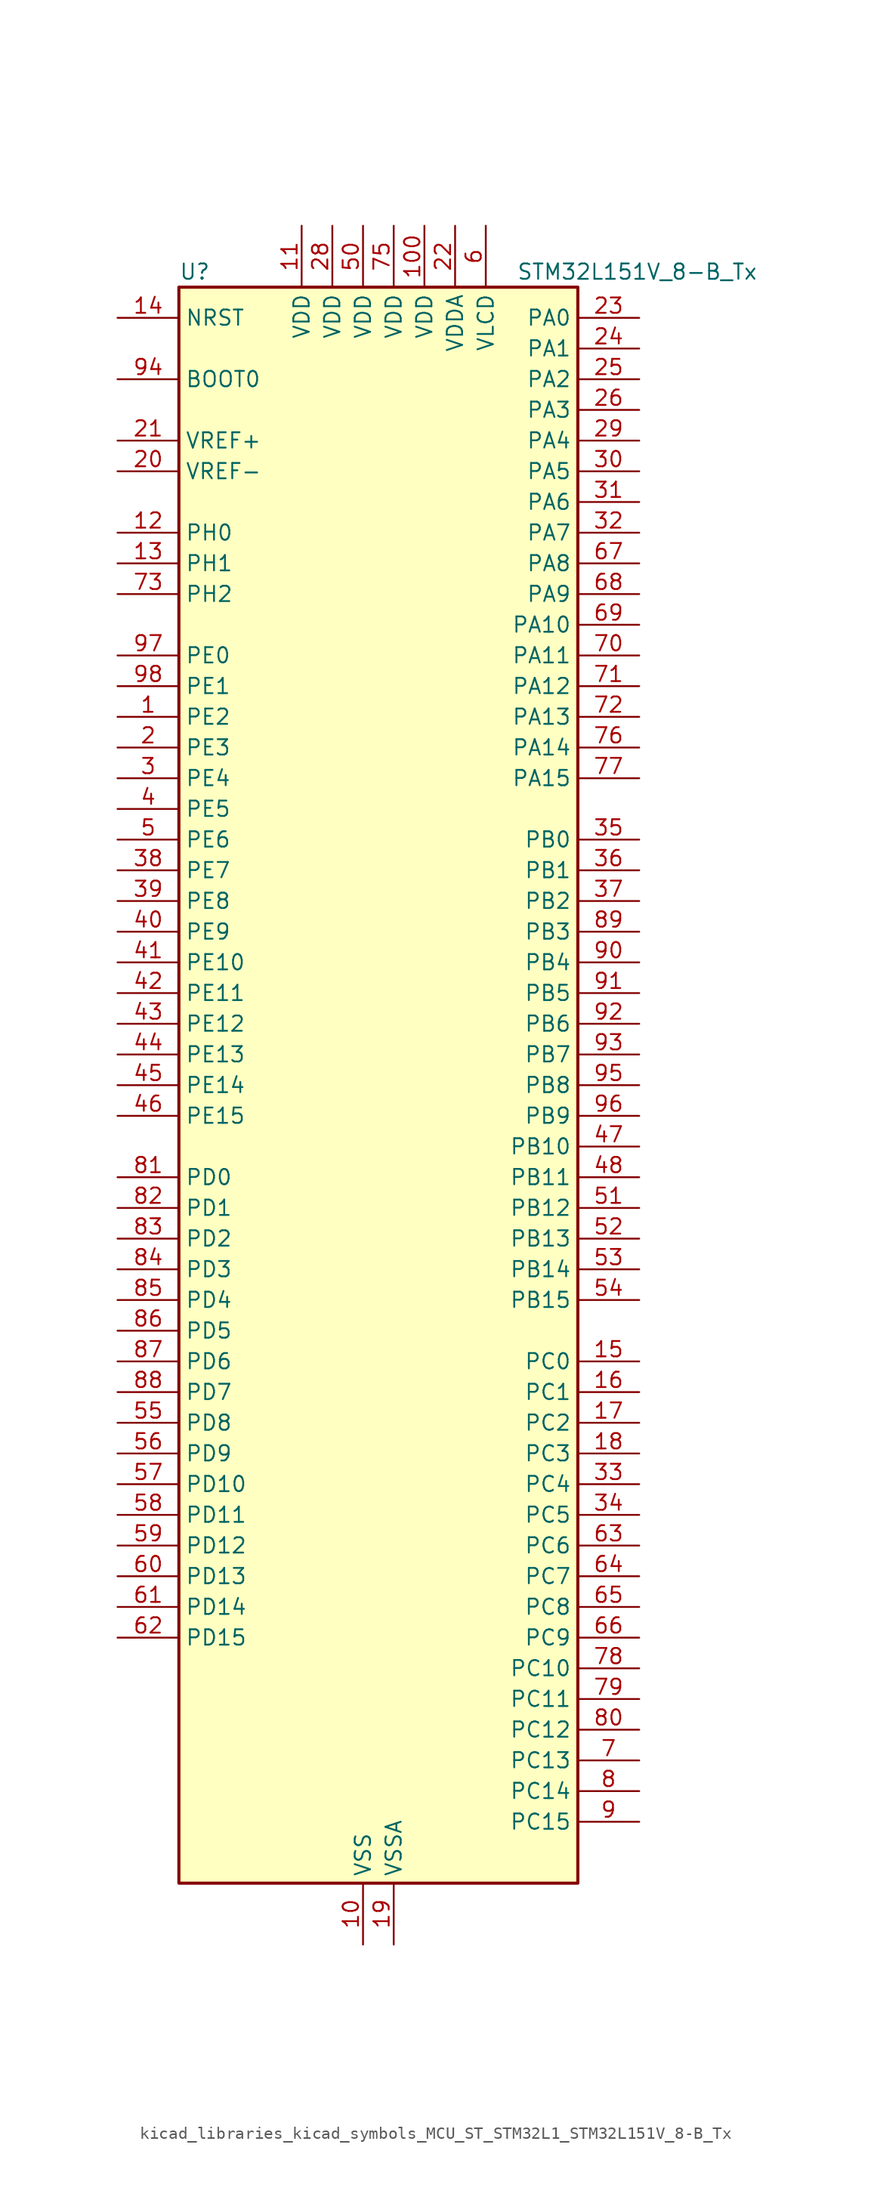
<source format=kicad_sym>
(kicad_symbol_lib
  (version 20220914)
  (generator kicad_symbol_editor)
  (symbol "kicad_libraries_kicad_symbols_MCU_ST_STM32L1_STM32L151V_8-B_Tx"
    (property "Reference" "U"
      (at -15.24 67.31 0)
      (effects (font (size 1.27 1.27)) (justify left)))
    (property "Value" "STM32L151V_8-B_Tx"
      (at 12.7 67.31 0)
      (effects (font (size 1.27 1.27)) (justify left)))
    (property "ki_locked" ""
      (at 0 0 0)
      (effects (font (size 1.27 1.27))))
    (symbol "kicad_libraries_kicad_symbols_MCU_ST_STM32L1_STM32L151V_8-B_Tx_0_1"
      (rectangle (start -15.24 -66.04) (end 17.78 66.04) (stroke (width 0.254) (type default)) (fill (type background))))
    (symbol "kicad_libraries_kicad_symbols_MCU_ST_STM32L1_STM32L151V_8-B_Tx_1_1"
      (pin bidirectional line (at -20.32 30.48 0) (length 5.08) (name "PE2" (effects (font (size 1.27 1.27)))) (number "1" (effects (font (size 1.27 1.27)))) (alternate "SYS_TRACECK" bidirectional line) (alternate "TIM3_ETR" bidirectional line) (alternate "TIMX_IC3" bidirectional line))
      (pin power_in line (at 0 -71.12 90) (length 5.08) (name "VSS" (effects (font (size 1.27 1.27)))) (number "10" (effects (font (size 1.27 1.27)))))
      (pin power_in line (at 5.08 71.12 270) (length 5.08) (name "VDD" (effects (font (size 1.27 1.27)))) (number "100" (effects (font (size 1.27 1.27)))))
      (pin power_in line (at -5.08 71.12 270) (length 5.08) (name "VDD" (effects (font (size 1.27 1.27)))) (number "11" (effects (font (size 1.27 1.27)))))
      (pin bidirectional line (at -20.32 45.72 0) (length 5.08) (name "PH0" (effects (font (size 1.27 1.27)))) (number "12" (effects (font (size 1.27 1.27)))) (alternate "RCC_OSC_IN" bidirectional line))
      (pin bidirectional line (at -20.32 43.18 0) (length 5.08) (name "PH1" (effects (font (size 1.27 1.27)))) (number "13" (effects (font (size 1.27 1.27)))) (alternate "RCC_OSC_OUT" bidirectional line))
      (pin input line (at -20.32 63.5 0) (length 5.08) (name "NRST" (effects (font (size 1.27 1.27)))) (number "14" (effects (font (size 1.27 1.27)))))
      (pin bidirectional line (at 22.86 -22.86 180) (length 5.08) (name "PC0" (effects (font (size 1.27 1.27)))) (number "15" (effects (font (size 1.27 1.27)))) (alternate "ADC_IN10" bidirectional line) (alternate "COMP1_INP" bidirectional line) (alternate "TIMX_IC1" bidirectional line) (alternate "TS_G8_IO1" bidirectional line))
      (pin bidirectional line (at 22.86 -25.4 180) (length 5.08) (name "PC1" (effects (font (size 1.27 1.27)))) (number "16" (effects (font (size 1.27 1.27)))) (alternate "ADC_IN11" bidirectional line) (alternate "COMP1_INP" bidirectional line) (alternate "TIMX_IC2" bidirectional line) (alternate "TS_G8_IO2" bidirectional line))
      (pin bidirectional line (at 22.86 -27.94 180) (length 5.08) (name "PC2" (effects (font (size 1.27 1.27)))) (number "17" (effects (font (size 1.27 1.27)))) (alternate "ADC_IN12" bidirectional line) (alternate "COMP1_INP" bidirectional line) (alternate "TIMX_IC3" bidirectional line) (alternate "TS_G8_IO3" bidirectional line))
      (pin bidirectional line (at 22.86 -30.48 180) (length 5.08) (name "PC3" (effects (font (size 1.27 1.27)))) (number "18" (effects (font (size 1.27 1.27)))) (alternate "ADC_IN13" bidirectional line) (alternate "COMP1_INP" bidirectional line) (alternate "TIMX_IC4" bidirectional line) (alternate "TS_G8_IO4" bidirectional line))
      (pin power_in line (at 2.54 -71.12 90) (length 5.08) (name "VSSA" (effects (font (size 1.27 1.27)))) (number "19" (effects (font (size 1.27 1.27)))))
      (pin bidirectional line (at -20.32 27.94 0) (length 5.08) (name "PE3" (effects (font (size 1.27 1.27)))) (number "2" (effects (font (size 1.27 1.27)))) (alternate "SYS_TRACED0" bidirectional line) (alternate "TIM3_CH1" bidirectional line) (alternate "TIMX_IC4" bidirectional line))
      (pin input line (at -20.32 50.8 0) (length 5.08) (name "VREF-" (effects (font (size 1.27 1.27)))) (number "20" (effects (font (size 1.27 1.27)))))
      (pin input line (at -20.32 53.34 0) (length 5.08) (name "VREF+" (effects (font (size 1.27 1.27)))) (number "21" (effects (font (size 1.27 1.27)))))
      (pin power_in line (at 7.62 71.12 270) (length 5.08) (name "VDDA" (effects (font (size 1.27 1.27)))) (number "22" (effects (font (size 1.27 1.27)))))
      (pin bidirectional line (at 22.86 63.5 180) (length 5.08) (name "PA0" (effects (font (size 1.27 1.27)))) (number "23" (effects (font (size 1.27 1.27)))) (alternate "ADC_IN0" bidirectional line) (alternate "COMP1_INP" bidirectional line) (alternate "SYS_WKUP1" bidirectional line) (alternate "TIM2_CH1" bidirectional line) (alternate "TIM2_ETR" bidirectional line) (alternate "TIMX_IC1" bidirectional line) (alternate "TS_G1_IO1" bidirectional line) (alternate "USART2_CTS" bidirectional line))
      (pin bidirectional line (at 22.86 60.96 180) (length 5.08) (name "PA1" (effects (font (size 1.27 1.27)))) (number "24" (effects (font (size 1.27 1.27)))) (alternate "ADC_IN1" bidirectional line) (alternate "COMP1_INP" bidirectional line) (alternate "TIM2_CH2" bidirectional line) (alternate "TIMX_IC2" bidirectional line) (alternate "TS_G1_IO2" bidirectional line) (alternate "USART2_RTS" bidirectional line))
      (pin bidirectional line (at 22.86 58.42 180) (length 5.08) (name "PA2" (effects (font (size 1.27 1.27)))) (number "25" (effects (font (size 1.27 1.27)))) (alternate "ADC_IN2" bidirectional line) (alternate "COMP1_INP" bidirectional line) (alternate "TIM2_CH3" bidirectional line) (alternate "TIM9_CH1" bidirectional line) (alternate "TIMX_IC3" bidirectional line) (alternate "TS_G1_IO3" bidirectional line) (alternate "USART2_TX" bidirectional line))
      (pin bidirectional line (at 22.86 55.88 180) (length 5.08) (name "PA3" (effects (font (size 1.27 1.27)))) (number "26" (effects (font (size 1.27 1.27)))) (alternate "ADC_IN3" bidirectional line) (alternate "COMP1_INP" bidirectional line) (alternate "TIM2_CH4" bidirectional line) (alternate "TIM9_CH2" bidirectional line) (alternate "TIMX_IC4" bidirectional line) (alternate "TS_G1_IO4" bidirectional line) (alternate "USART2_RX" bidirectional line))
      (pin passive line (at 0 -71.12 90) (length 5.08) hide (name "VSS" (effects (font (size 1.27 1.27)))) (number "27" (effects (font (size 1.27 1.27)))))
      (pin power_in line (at -2.54 71.12 270) (length 5.08) (name "VDD" (effects (font (size 1.27 1.27)))) (number "28" (effects (font (size 1.27 1.27)))))
      (pin bidirectional line (at 22.86 53.34 180) (length 5.08) (name "PA4" (effects (font (size 1.27 1.27)))) (number "29" (effects (font (size 1.27 1.27)))) (alternate "ADC_IN4" bidirectional line) (alternate "COMP1_INP" bidirectional line) (alternate "DAC_OUT1" bidirectional line) (alternate "SPI1_NSS" bidirectional line) (alternate "TIMX_IC1" bidirectional line) (alternate "USART2_CK" bidirectional line))
      (pin bidirectional line (at -20.32 25.4 0) (length 5.08) (name "PE4" (effects (font (size 1.27 1.27)))) (number "3" (effects (font (size 1.27 1.27)))) (alternate "SYS_TRACED1" bidirectional line) (alternate "TIM3_CH2" bidirectional line) (alternate "TIMX_IC1" bidirectional line))
      (pin bidirectional line (at 22.86 50.8 180) (length 5.08) (name "PA5" (effects (font (size 1.27 1.27)))) (number "30" (effects (font (size 1.27 1.27)))) (alternate "ADC_IN5" bidirectional line) (alternate "COMP1_INP" bidirectional line) (alternate "DAC_OUT2" bidirectional line) (alternate "SPI1_SCK" bidirectional line) (alternate "TIM2_CH1" bidirectional line) (alternate "TIM2_ETR" bidirectional line) (alternate "TIMX_IC2" bidirectional line))
      (pin bidirectional line (at 22.86 48.26 180) (length 5.08) (name "PA6" (effects (font (size 1.27 1.27)))) (number "31" (effects (font (size 1.27 1.27)))) (alternate "ADC_IN6" bidirectional line) (alternate "COMP1_INP" bidirectional line) (alternate "SPI1_MISO" bidirectional line) (alternate "TIM10_CH1" bidirectional line) (alternate "TIM3_CH1" bidirectional line) (alternate "TIMX_IC3" bidirectional line) (alternate "TS_G2_IO1" bidirectional line))
      (pin bidirectional line (at 22.86 45.72 180) (length 5.08) (name "PA7" (effects (font (size 1.27 1.27)))) (number "32" (effects (font (size 1.27 1.27)))) (alternate "ADC_IN7" bidirectional line) (alternate "COMP1_INP" bidirectional line) (alternate "SPI1_MOSI" bidirectional line) (alternate "TIM11_CH1" bidirectional line) (alternate "TIM3_CH2" bidirectional line) (alternate "TIMX_IC4" bidirectional line) (alternate "TS_G2_IO2" bidirectional line))
      (pin bidirectional line (at 22.86 -33.02 180) (length 5.08) (name "PC4" (effects (font (size 1.27 1.27)))) (number "33" (effects (font (size 1.27 1.27)))) (alternate "ADC_IN14" bidirectional line) (alternate "COMP1_INP" bidirectional line) (alternate "TIMX_IC1" bidirectional line) (alternate "TS_G9_IO1" bidirectional line))
      (pin bidirectional line (at 22.86 -35.56 180) (length 5.08) (name "PC5" (effects (font (size 1.27 1.27)))) (number "34" (effects (font (size 1.27 1.27)))) (alternate "ADC_IN15" bidirectional line) (alternate "COMP1_INP" bidirectional line) (alternate "TIMX_IC2" bidirectional line) (alternate "TS_G9_IO2" bidirectional line))
      (pin bidirectional line (at 22.86 20.32 180) (length 5.08) (name "PB0" (effects (font (size 1.27 1.27)))) (number "35" (effects (font (size 1.27 1.27)))) (alternate "ADC_IN8" bidirectional line) (alternate "COMP1_INP" bidirectional line) (alternate "SYS_V_REF_OUT" bidirectional line) (alternate "TIM3_CH3" bidirectional line) (alternate "TS_G3_IO1" bidirectional line))
      (pin bidirectional line (at 22.86 17.78 180) (length 5.08) (name "PB1" (effects (font (size 1.27 1.27)))) (number "36" (effects (font (size 1.27 1.27)))) (alternate "ADC_IN9" bidirectional line) (alternate "COMP1_INP" bidirectional line) (alternate "SYS_V_REF_OUT" bidirectional line) (alternate "TIM3_CH4" bidirectional line) (alternate "TS_G3_IO2" bidirectional line))
      (pin bidirectional line (at 22.86 15.24 180) (length 5.08) (name "PB2" (effects (font (size 1.27 1.27)))) (number "37" (effects (font (size 1.27 1.27)))))
      (pin bidirectional line (at -20.32 17.78 0) (length 5.08) (name "PE7" (effects (font (size 1.27 1.27)))) (number "38" (effects (font (size 1.27 1.27)))) (alternate "ADC_IN22" bidirectional line) (alternate "COMP1_INP" bidirectional line) (alternate "TIMX_IC4" bidirectional line))
      (pin bidirectional line (at -20.32 15.24 0) (length 5.08) (name "PE8" (effects (font (size 1.27 1.27)))) (number "39" (effects (font (size 1.27 1.27)))) (alternate "ADC_IN23" bidirectional line) (alternate "COMP1_INP" bidirectional line) (alternate "TIMX_IC1" bidirectional line))
      (pin bidirectional line (at -20.32 22.86 0) (length 5.08) (name "PE5" (effects (font (size 1.27 1.27)))) (number "4" (effects (font (size 1.27 1.27)))) (alternate "SYS_TRACED2" bidirectional line) (alternate "TIM9_CH1" bidirectional line) (alternate "TIMX_IC2" bidirectional line))
      (pin bidirectional line (at -20.32 12.7 0) (length 5.08) (name "PE9" (effects (font (size 1.27 1.27)))) (number "40" (effects (font (size 1.27 1.27)))) (alternate "ADC_IN24" bidirectional line) (alternate "COMP1_INP" bidirectional line) (alternate "DAC_EXTI9" bidirectional line) (alternate "TIM2_CH1" bidirectional line) (alternate "TIM2_ETR" bidirectional line) (alternate "TIMX_IC2" bidirectional line))
      (pin bidirectional line (at -20.32 10.16 0) (length 5.08) (name "PE10" (effects (font (size 1.27 1.27)))) (number "41" (effects (font (size 1.27 1.27)))) (alternate "ADC_IN25" bidirectional line) (alternate "COMP1_INP" bidirectional line) (alternate "TIM2_CH2" bidirectional line) (alternate "TIMX_IC3" bidirectional line))
      (pin bidirectional line (at -20.32 7.62 0) (length 5.08) (name "PE11" (effects (font (size 1.27 1.27)))) (number "42" (effects (font (size 1.27 1.27)))) (alternate "ADC_EXTI11" bidirectional line) (alternate "TIM2_CH3" bidirectional line) (alternate "TIMX_IC4" bidirectional line))
      (pin bidirectional line (at -20.32 5.08 0) (length 5.08) (name "PE12" (effects (font (size 1.27 1.27)))) (number "43" (effects (font (size 1.27 1.27)))) (alternate "SPI1_NSS" bidirectional line) (alternate "TIM2_CH4" bidirectional line) (alternate "TIMX_IC1" bidirectional line))
      (pin bidirectional line (at -20.32 2.54 0) (length 5.08) (name "PE13" (effects (font (size 1.27 1.27)))) (number "44" (effects (font (size 1.27 1.27)))) (alternate "SPI1_SCK" bidirectional line) (alternate "TIMX_IC2" bidirectional line))
      (pin bidirectional line (at -20.32 0 0) (length 5.08) (name "PE14" (effects (font (size 1.27 1.27)))) (number "45" (effects (font (size 1.27 1.27)))) (alternate "SPI1_MISO" bidirectional line) (alternate "TIMX_IC3" bidirectional line))
      (pin bidirectional line (at -20.32 -2.54 0) (length 5.08) (name "PE15" (effects (font (size 1.27 1.27)))) (number "46" (effects (font (size 1.27 1.27)))) (alternate "ADC_EXTI15" bidirectional line) (alternate "SPI1_MOSI" bidirectional line) (alternate "TIMX_IC4" bidirectional line))
      (pin bidirectional line (at 22.86 -5.08 180) (length 5.08) (name "PB10" (effects (font (size 1.27 1.27)))) (number "47" (effects (font (size 1.27 1.27)))) (alternate "I2C2_SCL" bidirectional line) (alternate "TIM2_CH3" bidirectional line) (alternate "USART3_TX" bidirectional line))
      (pin bidirectional line (at 22.86 -7.62 180) (length 5.08) (name "PB11" (effects (font (size 1.27 1.27)))) (number "48" (effects (font (size 1.27 1.27)))) (alternate "ADC_EXTI11" bidirectional line) (alternate "I2C2_SDA" bidirectional line) (alternate "TIM2_CH4" bidirectional line) (alternate "USART3_RX" bidirectional line))
      (pin passive line (at 0 -71.12 90) (length 5.08) hide (name "VSS" (effects (font (size 1.27 1.27)))) (number "49" (effects (font (size 1.27 1.27)))))
      (pin bidirectional line (at -20.32 20.32 0) (length 5.08) (name "PE6" (effects (font (size 1.27 1.27)))) (number "5" (effects (font (size 1.27 1.27)))) (alternate "SYS_TRACED3" bidirectional line) (alternate "SYS_WKUP3" bidirectional line) (alternate "TIM9_CH2" bidirectional line) (alternate "TIMX_IC3" bidirectional line))
      (pin power_in line (at 0 71.12 270) (length 5.08) (name "VDD" (effects (font (size 1.27 1.27)))) (number "50" (effects (font (size 1.27 1.27)))))
      (pin bidirectional line (at 22.86 -10.16 180) (length 5.08) (name "PB12" (effects (font (size 1.27 1.27)))) (number "51" (effects (font (size 1.27 1.27)))) (alternate "ADC_IN18" bidirectional line) (alternate "COMP1_INP" bidirectional line) (alternate "I2C2_SMBA" bidirectional line) (alternate "SPI2_NSS" bidirectional line) (alternate "TIM10_CH1" bidirectional line) (alternate "TS_G7_IO1" bidirectional line) (alternate "USART3_CK" bidirectional line))
      (pin bidirectional line (at 22.86 -12.7 180) (length 5.08) (name "PB13" (effects (font (size 1.27 1.27)))) (number "52" (effects (font (size 1.27 1.27)))) (alternate "ADC_IN19" bidirectional line) (alternate "COMP1_INP" bidirectional line) (alternate "SPI2_SCK" bidirectional line) (alternate "TIM9_CH1" bidirectional line) (alternate "TS_G7_IO2" bidirectional line) (alternate "USART3_CTS" bidirectional line))
      (pin bidirectional line (at 22.86 -15.24 180) (length 5.08) (name "PB14" (effects (font (size 1.27 1.27)))) (number "53" (effects (font (size 1.27 1.27)))) (alternate "ADC_IN20" bidirectional line) (alternate "COMP1_INP" bidirectional line) (alternate "SPI2_MISO" bidirectional line) (alternate "TIM9_CH2" bidirectional line) (alternate "TS_G7_IO3" bidirectional line) (alternate "USART3_RTS" bidirectional line))
      (pin bidirectional line (at 22.86 -17.78 180) (length 5.08) (name "PB15" (effects (font (size 1.27 1.27)))) (number "54" (effects (font (size 1.27 1.27)))) (alternate "ADC_EXTI15" bidirectional line) (alternate "ADC_IN21" bidirectional line) (alternate "COMP1_INP" bidirectional line) (alternate "RTC_REFIN" bidirectional line) (alternate "SPI2_MOSI" bidirectional line) (alternate "TIM11_CH1" bidirectional line) (alternate "TS_G7_IO4" bidirectional line))
      (pin bidirectional line (at -20.32 -27.94 0) (length 5.08) (name "PD8" (effects (font (size 1.27 1.27)))) (number "55" (effects (font (size 1.27 1.27)))) (alternate "TIMX_IC1" bidirectional line) (alternate "USART3_TX" bidirectional line))
      (pin bidirectional line (at -20.32 -30.48 0) (length 5.08) (name "PD9" (effects (font (size 1.27 1.27)))) (number "56" (effects (font (size 1.27 1.27)))) (alternate "DAC_EXTI9" bidirectional line) (alternate "TIMX_IC2" bidirectional line) (alternate "USART3_RX" bidirectional line))
      (pin bidirectional line (at -20.32 -33.02 0) (length 5.08) (name "PD10" (effects (font (size 1.27 1.27)))) (number "57" (effects (font (size 1.27 1.27)))) (alternate "TIMX_IC3" bidirectional line) (alternate "USART3_CK" bidirectional line))
      (pin bidirectional line (at -20.32 -35.56 0) (length 5.08) (name "PD11" (effects (font (size 1.27 1.27)))) (number "58" (effects (font (size 1.27 1.27)))) (alternate "ADC_EXTI11" bidirectional line) (alternate "TIMX_IC4" bidirectional line) (alternate "USART3_CTS" bidirectional line))
      (pin bidirectional line (at -20.32 -38.1 0) (length 5.08) (name "PD12" (effects (font (size 1.27 1.27)))) (number "59" (effects (font (size 1.27 1.27)))) (alternate "TIM4_CH1" bidirectional line) (alternate "TIMX_IC1" bidirectional line) (alternate "USART3_RTS" bidirectional line))
      (pin power_in line (at 10.16 71.12 270) (length 5.08) (name "VLCD" (effects (font (size 1.27 1.27)))) (number "6" (effects (font (size 1.27 1.27)))))
      (pin bidirectional line (at -20.32 -40.64 0) (length 5.08) (name "PD13" (effects (font (size 1.27 1.27)))) (number "60" (effects (font (size 1.27 1.27)))) (alternate "TIM4_CH2" bidirectional line) (alternate "TIMX_IC2" bidirectional line))
      (pin bidirectional line (at -20.32 -43.18 0) (length 5.08) (name "PD14" (effects (font (size 1.27 1.27)))) (number "61" (effects (font (size 1.27 1.27)))) (alternate "TIM4_CH3" bidirectional line) (alternate "TIMX_IC3" bidirectional line))
      (pin bidirectional line (at -20.32 -45.72 0) (length 5.08) (name "PD15" (effects (font (size 1.27 1.27)))) (number "62" (effects (font (size 1.27 1.27)))) (alternate "ADC_EXTI15" bidirectional line) (alternate "TIM4_CH4" bidirectional line) (alternate "TIMX_IC4" bidirectional line))
      (pin bidirectional line (at 22.86 -38.1 180) (length 5.08) (name "PC6" (effects (font (size 1.27 1.27)))) (number "63" (effects (font (size 1.27 1.27)))) (alternate "TIM3_CH1" bidirectional line) (alternate "TIMX_IC3" bidirectional line) (alternate "TS_G10_IO1" bidirectional line))
      (pin bidirectional line (at 22.86 -40.64 180) (length 5.08) (name "PC7" (effects (font (size 1.27 1.27)))) (number "64" (effects (font (size 1.27 1.27)))) (alternate "TIM3_CH2" bidirectional line) (alternate "TIMX_IC4" bidirectional line) (alternate "TS_G10_IO2" bidirectional line))
      (pin bidirectional line (at 22.86 -43.18 180) (length 5.08) (name "PC8" (effects (font (size 1.27 1.27)))) (number "65" (effects (font (size 1.27 1.27)))) (alternate "TIM3_CH3" bidirectional line) (alternate "TIMX_IC1" bidirectional line) (alternate "TS_G10_IO3" bidirectional line))
      (pin bidirectional line (at 22.86 -45.72 180) (length 5.08) (name "PC9" (effects (font (size 1.27 1.27)))) (number "66" (effects (font (size 1.27 1.27)))) (alternate "DAC_EXTI9" bidirectional line) (alternate "TIM3_CH4" bidirectional line) (alternate "TIMX_IC2" bidirectional line) (alternate "TS_G10_IO4" bidirectional line))
      (pin bidirectional line (at 22.86 43.18 180) (length 5.08) (name "PA8" (effects (font (size 1.27 1.27)))) (number "67" (effects (font (size 1.27 1.27)))) (alternate "RCC_MCO" bidirectional line) (alternate "TIMX_IC1" bidirectional line) (alternate "TS_G4_IO1" bidirectional line) (alternate "USART1_CK" bidirectional line))
      (pin bidirectional line (at 22.86 40.64 180) (length 5.08) (name "PA9" (effects (font (size 1.27 1.27)))) (number "68" (effects (font (size 1.27 1.27)))) (alternate "DAC_EXTI9" bidirectional line) (alternate "TIMX_IC2" bidirectional line) (alternate "TS_G4_IO2" bidirectional line) (alternate "USART1_TX" bidirectional line))
      (pin bidirectional line (at 22.86 38.1 180) (length 5.08) (name "PA10" (effects (font (size 1.27 1.27)))) (number "69" (effects (font (size 1.27 1.27)))) (alternate "TIMX_IC3" bidirectional line) (alternate "TS_G4_IO3" bidirectional line) (alternate "USART1_RX" bidirectional line))
      (pin bidirectional line (at 22.86 -55.88 180) (length 5.08) (name "PC13" (effects (font (size 1.27 1.27)))) (number "7" (effects (font (size 1.27 1.27)))) (alternate "RTC_OUT_ALARM" bidirectional line) (alternate "RTC_OUT_CALIB" bidirectional line) (alternate "RTC_TAMP1" bidirectional line) (alternate "RTC_TS" bidirectional line) (alternate "SYS_WKUP2" bidirectional line) (alternate "TIMX_IC2" bidirectional line))
      (pin bidirectional line (at 22.86 35.56 180) (length 5.08) (name "PA11" (effects (font (size 1.27 1.27)))) (number "70" (effects (font (size 1.27 1.27)))) (alternate "ADC_EXTI11" bidirectional line) (alternate "SPI1_MISO" bidirectional line) (alternate "TIMX_IC4" bidirectional line) (alternate "USART1_CTS" bidirectional line) (alternate "USB_DM" bidirectional line))
      (pin bidirectional line (at 22.86 33.02 180) (length 5.08) (name "PA12" (effects (font (size 1.27 1.27)))) (number "71" (effects (font (size 1.27 1.27)))) (alternate "SPI1_MOSI" bidirectional line) (alternate "TIMX_IC1" bidirectional line) (alternate "USART1_RTS" bidirectional line) (alternate "USB_DP" bidirectional line))
      (pin bidirectional line (at 22.86 30.48 180) (length 5.08) (name "PA13" (effects (font (size 1.27 1.27)))) (number "72" (effects (font (size 1.27 1.27)))) (alternate "SYS_JTMS-SWDIO" bidirectional line) (alternate "TIMX_IC2" bidirectional line) (alternate "TS_G5_IO1" bidirectional line))
      (pin bidirectional line (at -20.32 40.64 0) (length 5.08) (name "PH2" (effects (font (size 1.27 1.27)))) (number "73" (effects (font (size 1.27 1.27)))))
      (pin passive line (at 0 -71.12 90) (length 5.08) hide (name "VSS" (effects (font (size 1.27 1.27)))) (number "74" (effects (font (size 1.27 1.27)))))
      (pin power_in line (at 2.54 71.12 270) (length 5.08) (name "VDD" (effects (font (size 1.27 1.27)))) (number "75" (effects (font (size 1.27 1.27)))))
      (pin bidirectional line (at 22.86 27.94 180) (length 5.08) (name "PA14" (effects (font (size 1.27 1.27)))) (number "76" (effects (font (size 1.27 1.27)))) (alternate "SYS_JTCK-SWCLK" bidirectional line) (alternate "TIMX_IC3" bidirectional line) (alternate "TS_G5_IO2" bidirectional line))
      (pin bidirectional line (at 22.86 25.4 180) (length 5.08) (name "PA15" (effects (font (size 1.27 1.27)))) (number "77" (effects (font (size 1.27 1.27)))) (alternate "ADC_EXTI15" bidirectional line) (alternate "SPI1_NSS" bidirectional line) (alternate "SYS_JTDI" bidirectional line) (alternate "TIM2_CH1" bidirectional line) (alternate "TIM2_ETR" bidirectional line) (alternate "TIMX_IC4" bidirectional line) (alternate "TS_G5_IO3" bidirectional line))
      (pin bidirectional line (at 22.86 -48.26 180) (length 5.08) (name "PC10" (effects (font (size 1.27 1.27)))) (number "78" (effects (font (size 1.27 1.27)))) (alternate "TIMX_IC3" bidirectional line) (alternate "USART3_TX" bidirectional line))
      (pin bidirectional line (at 22.86 -50.8 180) (length 5.08) (name "PC11" (effects (font (size 1.27 1.27)))) (number "79" (effects (font (size 1.27 1.27)))) (alternate "ADC_EXTI11" bidirectional line) (alternate "TIMX_IC4" bidirectional line) (alternate "USART3_RX" bidirectional line))
      (pin bidirectional line (at 22.86 -58.42 180) (length 5.08) (name "PC14" (effects (font (size 1.27 1.27)))) (number "8" (effects (font (size 1.27 1.27)))) (alternate "RCC_OSC32_IN" bidirectional line) (alternate "TIMX_IC3" bidirectional line))
      (pin bidirectional line (at 22.86 -53.34 180) (length 5.08) (name "PC12" (effects (font (size 1.27 1.27)))) (number "80" (effects (font (size 1.27 1.27)))) (alternate "TIMX_IC1" bidirectional line) (alternate "USART3_CK" bidirectional line))
      (pin bidirectional line (at -20.32 -7.62 0) (length 5.08) (name "PD0" (effects (font (size 1.27 1.27)))) (number "81" (effects (font (size 1.27 1.27)))) (alternate "SPI2_NSS" bidirectional line) (alternate "TIM9_CH1" bidirectional line) (alternate "TIMX_IC1" bidirectional line))
      (pin bidirectional line (at -20.32 -10.16 0) (length 5.08) (name "PD1" (effects (font (size 1.27 1.27)))) (number "82" (effects (font (size 1.27 1.27)))) (alternate "SPI2_SCK" bidirectional line) (alternate "TIMX_IC2" bidirectional line))
      (pin bidirectional line (at -20.32 -12.7 0) (length 5.08) (name "PD2" (effects (font (size 1.27 1.27)))) (number "83" (effects (font (size 1.27 1.27)))) (alternate "TIM3_ETR" bidirectional line) (alternate "TIMX_IC3" bidirectional line))
      (pin bidirectional line (at -20.32 -15.24 0) (length 5.08) (name "PD3" (effects (font (size 1.27 1.27)))) (number "84" (effects (font (size 1.27 1.27)))) (alternate "SPI2_MISO" bidirectional line) (alternate "TIMX_IC4" bidirectional line) (alternate "USART2_CTS" bidirectional line))
      (pin bidirectional line (at -20.32 -17.78 0) (length 5.08) (name "PD4" (effects (font (size 1.27 1.27)))) (number "85" (effects (font (size 1.27 1.27)))) (alternate "SPI2_MOSI" bidirectional line) (alternate "TIMX_IC1" bidirectional line) (alternate "USART2_RTS" bidirectional line))
      (pin bidirectional line (at -20.32 -20.32 0) (length 5.08) (name "PD5" (effects (font (size 1.27 1.27)))) (number "86" (effects (font (size 1.27 1.27)))) (alternate "TIMX_IC2" bidirectional line) (alternate "USART2_TX" bidirectional line))
      (pin bidirectional line (at -20.32 -22.86 0) (length 5.08) (name "PD6" (effects (font (size 1.27 1.27)))) (number "87" (effects (font (size 1.27 1.27)))) (alternate "TIMX_IC3" bidirectional line) (alternate "USART2_RX" bidirectional line))
      (pin bidirectional line (at -20.32 -25.4 0) (length 5.08) (name "PD7" (effects (font (size 1.27 1.27)))) (number "88" (effects (font (size 1.27 1.27)))) (alternate "TIM9_CH2" bidirectional line) (alternate "TIMX_IC4" bidirectional line) (alternate "USART2_CK" bidirectional line))
      (pin bidirectional line (at 22.86 12.7 180) (length 5.08) (name "PB3" (effects (font (size 1.27 1.27)))) (number "89" (effects (font (size 1.27 1.27)))) (alternate "COMP2_INM" bidirectional line) (alternate "SPI1_SCK" bidirectional line) (alternate "SYS_JTDO-TRACESWO" bidirectional line) (alternate "TIM2_CH2" bidirectional line))
      (pin bidirectional line (at 22.86 -60.96 180) (length 5.08) (name "PC15" (effects (font (size 1.27 1.27)))) (number "9" (effects (font (size 1.27 1.27)))) (alternate "ADC_EXTI15" bidirectional line) (alternate "RCC_OSC32_OUT" bidirectional line) (alternate "TIMX_IC4" bidirectional line))
      (pin bidirectional line (at 22.86 10.16 180) (length 5.08) (name "PB4" (effects (font (size 1.27 1.27)))) (number "90" (effects (font (size 1.27 1.27)))) (alternate "COMP2_INP" bidirectional line) (alternate "SPI1_MISO" bidirectional line) (alternate "SYS_JTRST" bidirectional line) (alternate "TIM3_CH1" bidirectional line) (alternate "TS_G6_IO1" bidirectional line))
      (pin bidirectional line (at 22.86 7.62 180) (length 5.08) (name "PB5" (effects (font (size 1.27 1.27)))) (number "91" (effects (font (size 1.27 1.27)))) (alternate "COMP2_INP" bidirectional line) (alternate "I2C1_SMBA" bidirectional line) (alternate "SPI1_MOSI" bidirectional line) (alternate "TIM3_CH2" bidirectional line) (alternate "TS_G6_IO2" bidirectional line))
      (pin bidirectional line (at 22.86 5.08 180) (length 5.08) (name "PB6" (effects (font (size 1.27 1.27)))) (number "92" (effects (font (size 1.27 1.27)))) (alternate "I2C1_SCL" bidirectional line) (alternate "TIM4_CH1" bidirectional line) (alternate "USART1_TX" bidirectional line))
      (pin bidirectional line (at 22.86 2.54 180) (length 5.08) (name "PB7" (effects (font (size 1.27 1.27)))) (number "93" (effects (font (size 1.27 1.27)))) (alternate "I2C1_SDA" bidirectional line) (alternate "SYS_PVD_IN" bidirectional line) (alternate "TIM4_CH2" bidirectional line) (alternate "USART1_RX" bidirectional line))
      (pin input line (at -20.32 58.42 0) (length 5.08) (name "BOOT0" (effects (font (size 1.27 1.27)))) (number "94" (effects (font (size 1.27 1.27)))))
      (pin bidirectional line (at 22.86 0 180) (length 5.08) (name "PB8" (effects (font (size 1.27 1.27)))) (number "95" (effects (font (size 1.27 1.27)))) (alternate "I2C1_SCL" bidirectional line) (alternate "TIM10_CH1" bidirectional line) (alternate "TIM4_CH3" bidirectional line))
      (pin bidirectional line (at 22.86 -2.54 180) (length 5.08) (name "PB9" (effects (font (size 1.27 1.27)))) (number "96" (effects (font (size 1.27 1.27)))) (alternate "DAC_EXTI9" bidirectional line) (alternate "I2C1_SDA" bidirectional line) (alternate "TIM11_CH1" bidirectional line) (alternate "TIM4_CH4" bidirectional line))
      (pin bidirectional line (at -20.32 35.56 0) (length 5.08) (name "PE0" (effects (font (size 1.27 1.27)))) (number "97" (effects (font (size 1.27 1.27)))) (alternate "TIM10_CH1" bidirectional line) (alternate "TIM4_ETR" bidirectional line) (alternate "TIMX_IC1" bidirectional line))
      (pin bidirectional line (at -20.32 33.02 0) (length 5.08) (name "PE1" (effects (font (size 1.27 1.27)))) (number "98" (effects (font (size 1.27 1.27)))) (alternate "TIM11_CH1" bidirectional line) (alternate "TIMX_IC2" bidirectional line))
      (pin passive line (at 0 -71.12 90) (length 5.08) hide (name "VSS" (effects (font (size 1.27 1.27)))) (number "99" (effects (font (size 1.27 1.27))))))))
</source>
